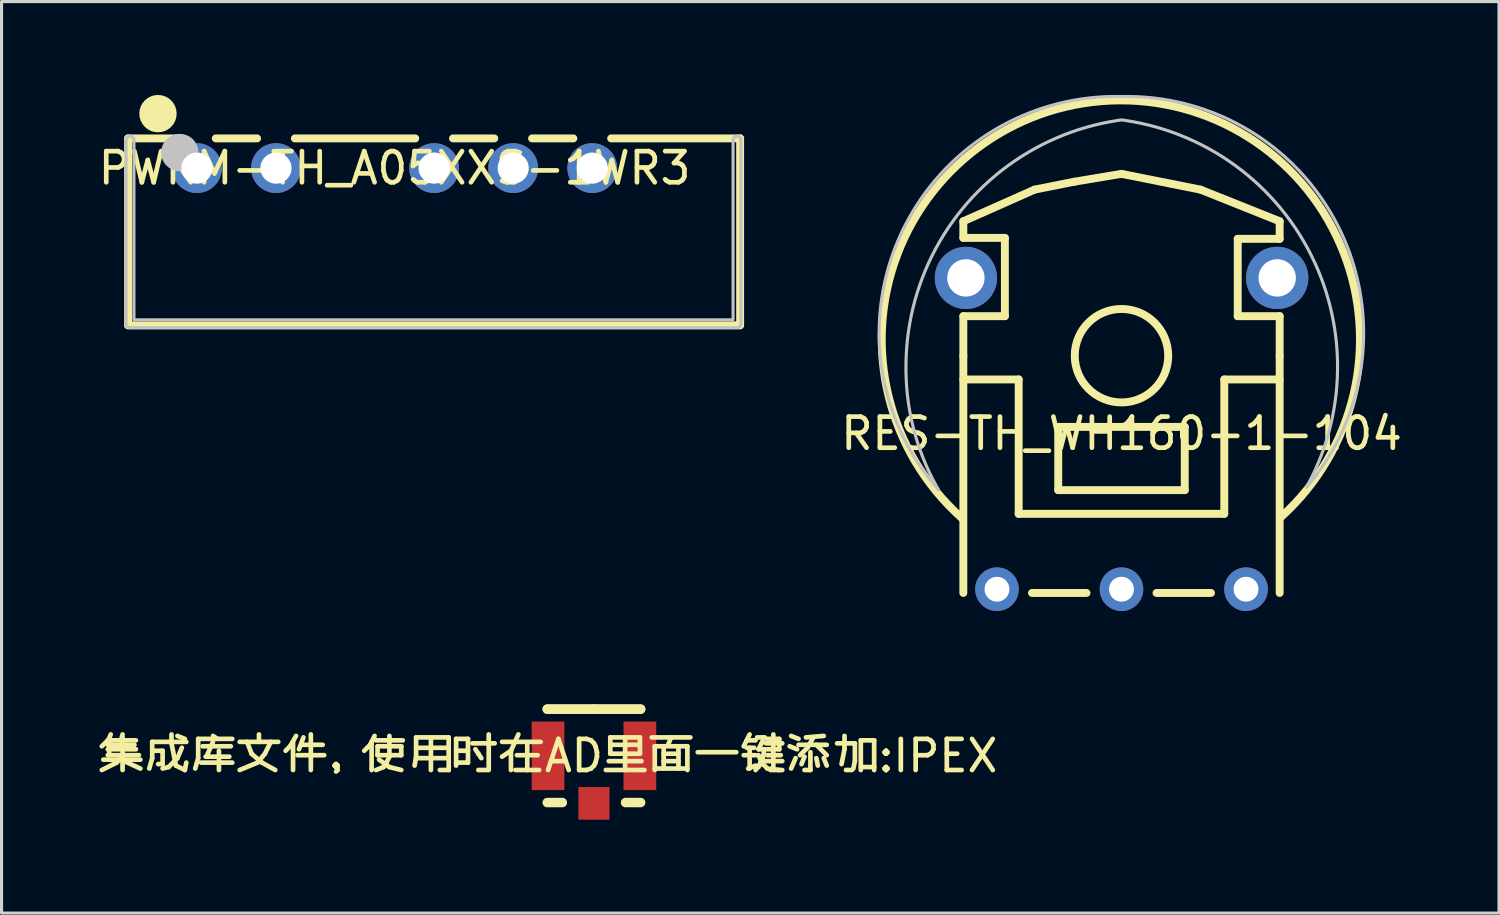
<source format=kicad_pcb>
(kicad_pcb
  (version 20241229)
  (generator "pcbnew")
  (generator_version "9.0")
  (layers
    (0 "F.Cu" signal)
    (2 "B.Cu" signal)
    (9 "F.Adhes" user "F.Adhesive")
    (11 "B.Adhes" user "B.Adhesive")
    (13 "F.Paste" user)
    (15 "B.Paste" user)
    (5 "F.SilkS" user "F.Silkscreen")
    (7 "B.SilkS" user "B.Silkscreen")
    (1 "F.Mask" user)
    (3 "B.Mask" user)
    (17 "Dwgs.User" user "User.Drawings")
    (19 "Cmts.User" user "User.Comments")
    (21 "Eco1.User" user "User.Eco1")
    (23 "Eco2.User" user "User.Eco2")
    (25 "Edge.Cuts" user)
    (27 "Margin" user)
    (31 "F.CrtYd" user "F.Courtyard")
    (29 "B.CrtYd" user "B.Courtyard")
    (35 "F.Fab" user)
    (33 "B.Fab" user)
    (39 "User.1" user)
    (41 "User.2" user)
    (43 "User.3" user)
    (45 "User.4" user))
  (footprint "RES-TH_WH160-1-104"
    (layer "F.Cu")
    (at 32.977 10.877)
    (property "Reference" "RES-TH_WH160-1-104" (at 0 0 0) (layer "F.SilkS") (effects (font (size 1 1) (thickness 0.15))))
    (fp_line (start -5.082 -6.819) (end -2.796 -7.835) (stroke (width 0.254) (type default)) (layer "F.SilkS"))
    (fp_line (start -5.082 -6.285) (end -5.082 -6.819) (stroke (width 0.254) (type default)) (layer "F.SilkS"))
    (fp_line (start -5.082 -3.771) (end -3.748 -3.771) (stroke (width 0.254) (type default)) (layer "F.SilkS"))
    (fp_line (start -5.082 -2.501) (end -5.082 -3.771) (stroke (width 0.254) (type default)) (layer "F.SilkS"))
    (fp_line (start -5.082 -1.738) (end -3.304 -1.738) (stroke (width 0.254) (type default)) (layer "F.SilkS"))
    (fp_line (start -5.082 5.12) (end -5.082 -2.501) (stroke (width 0.254) (type default)) (layer "F.SilkS"))
    (fp_line (start -3.748 -6.285) (end -5.082 -6.285) (stroke (width 0.254) (type default)) (layer "F.SilkS"))
    (fp_line (start -3.748 -3.771) (end -3.748 -6.285) (stroke (width 0.254) (type default)) (layer "F.SilkS"))
    (fp_line (start -3.304 -1.738) (end -3.304 2.579) (stroke (width 0.254) (type default)) (layer "F.SilkS"))
    (fp_line (start -3.304 2.579) (end 3.3 2.579) (stroke (width 0.254) (type default)) (layer "F.SilkS"))
    (fp_line (start -2.877 5.12) (end -1.126 5.12) (stroke (width 0.254) (type default)) (layer "F.SilkS"))
    (fp_line (start -2.796 -7.835) (end -1.526 -8.088) (stroke (width 0.254) (type default)) (layer "F.SilkS"))
    (fp_line (start -2.034 -0.214) (end -2.034 1.817) (stroke (width 0.254) (type default)) (layer "F.SilkS"))
    (fp_line (start -2.034 1.817) (end 2.03 1.817) (stroke (width 0.254) (type default)) (layer "F.SilkS"))
    (fp_line (start -1.526 -8.088) (end -0.002 -8.342) (stroke (width 0.254) (type default)) (layer "F.SilkS"))
    (fp_line (start -0.002 -8.342) (end 2.538 -7.835) (stroke (width 0.254) (type default)) (layer "F.SilkS"))
    (fp_line (start 1.123 5.12) (end 2.874 5.12) (stroke (width 0.254) (type default)) (layer "F.SilkS"))
    (fp_line (start 2.03 -0.214) (end -2.034 -0.214) (stroke (width 0.254) (type default)) (layer "F.SilkS"))
    (fp_line (start 2.03 1.817) (end 2.03 -0.214) (stroke (width 0.254) (type default)) (layer "F.SilkS"))
    (fp_line (start 2.538 -7.835) (end 5.079 -6.819) (stroke (width 0.254) (type default)) (layer "F.SilkS"))
    (fp_line (start 3.3 -1.738) (end 5.079 -1.738) (stroke (width 0.254) (type default)) (layer "F.SilkS"))
    (fp_line (start 3.3 2.579) (end 3.3 -1.738) (stroke (width 0.254) (type default)) (layer "F.SilkS"))
    (fp_line (start 3.732 -6.255) (end 3.732 -3.771) (stroke (width 0.254) (type default)) (layer "F.SilkS"))
    (fp_line (start 3.732 -3.771) (end 5.079 -3.771) (stroke (width 0.254) (type default)) (layer "F.SilkS"))
    (fp_line (start 5.079 -6.819) (end 5.079 -6.255) (stroke (width 0.254) (type default)) (layer "F.SilkS"))
    (fp_line (start 5.079 -6.255) (end 3.732 -6.255) (stroke (width 0.254) (type default)) (layer "F.SilkS"))
    (fp_line (start 5.079 -3.771) (end 5.079 -2.501) (stroke (width 0.254) (type default)) (layer "F.SilkS"))
    (fp_line (start 5.079 -2.501) (end 5.079 5.12) (stroke (width 0.254) (type default)) (layer "F.SilkS"))
    (fp_arc (start -5.1275 2.7165) (mid -0.061116 -10.701946) (end 5.1415 2.664) (stroke (width 0.254) (type default)) (layer "F.SilkS"))
    (fp_circle (center -0.002 -2.501) (end 1.499 -2.501) (stroke (width 0.254) (type default)) (fill no) (layer "F.SilkS"))
    (fp_poly (pts (arc (start -6.9255 -2.0945) (mid -6.659256 -0.073974) (end -5.8785 1.8085)) (arc (start -5.8785 1.8085) (mid -7.293275 -0.534626) (end -7.7865 -3.227)) (arc (start -7.7865 -3.227) (mid -5.560512 -8.601012) (end -0.1865 -10.8275)) (xy 0 -10.825) (arc (start 0.176 -10.827) (mid 5.550012 -8.601012) (end 7.776 -3.227)) (arc (start 7.776 -3.227) (mid 7.301543 -0.583775) (end 5.9375 1.7295)) (arc (start 5.9375 1.7295) (mid 6.684284 -0.144386) (end 6.9385 -2.1455)) (arc (start 6.9385 -2.1455) (mid 4.958955 -7.413718) (end 0 -10.075)) (arc (start 0 -10.075) (mid -4.949987 -7.410618) (end -6.925 -2.1475))) (stroke (width 0.1) (type default)) (fill no) (layer "Dwgs.User"))
    (fp_poly (pts (xy -3.752 5) (xy -3.771 4.904) (xy -3.825 4.823) (xy -3.906 4.769) (xy -4.002 4.75) (xy -4.098 4.769) (xy -4.179 4.823) (xy -4.233 4.904) (xy -4.252 5) (xy -4.233 5.096) (xy -4.179 5.177) (xy -4.098 5.231) (xy -4.002 5.25) (xy -3.906 5.231) (xy -3.825 5.177) (xy -3.771 5.096)) (stroke (width 0.1) (type default)) (fill no) (layer "User.1"))
    (fp_poly (pts (xy 0.248 5) (xy 0.229 4.904) (xy 0.175 4.823) (xy 0.094 4.769) (xy -0.002 4.75) (xy -0.097 4.769) (xy -0.178 4.823) (xy -0.232 4.904) (xy -0.252 5) (xy -0.232 5.096) (xy -0.178 5.177) (xy -0.097 5.231) (xy -0.002 5.25) (xy 0.094 5.231) (xy 0.175 5.177) (xy 0.229 5.096)) (stroke (width 0.1) (type default)) (fill no) (layer "User.1"))
    (fp_poly (pts (xy 4.249 5) (xy 4.23 4.904) (xy 4.176 4.823) (xy 4.095 4.769) (xy 3.999 4.75) (xy 3.903 4.769) (xy 3.822 4.823) (xy 3.768 4.904) (xy 3.749 5) (xy 3.768 5.096) (xy 3.822 5.177) (xy 3.903 5.231) (xy 3.999 5.25) (xy 4.095 5.231) (xy 4.176 5.177) (xy 4.23 5.096)) (stroke (width 0.1) (type default)) (fill no) (layer "User.1"))
    (fp_poly (pts (xy -4.5 -5) (xy -4.52 -5.141) (xy -4.579 -5.27) (xy -4.673 -5.378) (xy -4.792 -5.455) (xy -4.929 -5.495) (xy -5.071 -5.495) (xy -5.208 -5.455) (xy -5.327 -5.378) (xy -5.421 -5.27) (xy -5.48 -5.141) (xy -5.5 -5) (xy -5.48 -4.859) (xy -5.421 -4.73) (xy -5.327 -4.622) (xy -5.208 -4.545) (xy -5.071 -4.505) (xy -4.929 -4.505) (xy -4.792 -4.545) (xy -4.673 -4.622) (xy -4.579 -4.73) (xy -4.52 -4.859)) (stroke (width 0.1) (type default)) (fill no) (layer "User.1"))
    (fp_poly (pts (xy 5.5 -5) (xy 5.48 -5.141) (xy 5.421 -5.27) (xy 5.327 -5.378) (xy 5.208 -5.455) (xy 5.071 -5.495) (xy 4.929 -5.495) (xy 4.792 -5.455) (xy 4.673 -5.378) (xy 4.579 -5.27) (xy 4.52 -5.141) (xy 4.5 -5) (xy 4.52 -4.859) (xy 4.579 -4.73) (xy 4.673 -4.622) (xy 4.792 -4.545) (xy 4.929 -4.505) (xy 5.071 -4.505) (xy 5.208 -4.545) (xy 5.327 -4.622) (xy 5.421 -4.73) (xy 5.48 -4.859)) (stroke (width 0.1) (type default)) (fill no) (layer "User.1"))
    (fp_line (start -5 5) (end -5 3.14) (stroke (width 0.051) (type default)) (layer "User.2"))
    (fp_line (start -0.005 -10.665) (end 0.005 -10.665) (stroke (width 0.051) (type default)) (layer "User.2"))
    (fp_line (start 5 3.14) (end 5 5) (stroke (width 0.051) (type default)) (layer "User.2"))
    (fp_line (start 5 5) (end -5 5) (stroke (width 0.051) (type default)) (layer "User.2"))
    (fp_arc (start -7.7495 -2.669) (mid -5.495976 -8.234789) (end -0.005 -10.665) (stroke (width 0.051) (type default)) (layer "User.2"))
    (fp_arc (start -5 3.14) (mid -6.983565 0.523698) (end -7.7495 -2.669) (stroke (width 0.051) (type default)) (layer "User.2"))
    (fp_arc (start 0.005 -10.665) (mid 5.496034 -8.234846) (end 7.7495 -2.669) (stroke (width 0.051) (type default)) (layer "User.2"))
    (fp_arc (start 7.7495 -2.669) (mid 6.983644 0.523674) (end 5 3.14) (stroke (width 0.051) (type default)) (layer "User.2"))
    (fp_poly (pts (xy -7.689 5.25) (xy -7.707 5.208) (xy -7.75 5.19) (xy -7.792 5.208) (xy -7.809 5.25) (xy -7.792 5.292) (xy -7.75 5.31) (xy -7.707 5.292)) (stroke (width 0.1) (type default)) (fill no) (layer "User.3"))
    (pad "1" thru_hole circle (at -4.002 5) (size 1.4 1.4) (drill 0.8) (layers "*.Cu" "*.Mask"))
    (pad "2" thru_hole circle (at -0.002 5) (size 1.4 1.4) (drill 0.8) (layers "*.Cu" "*.Mask"))
    (pad "3" thru_hole circle (at 3.999 5) (size 1.4 1.4) (drill 0.8) (layers "*.Cu" "*.Mask"))
    (pad "4" thru_hole circle (at -5 -5) (size 2 2) (drill 1.2) (layers "*.Cu" "*.Mask"))
    (pad "5" thru_hole circle (at 5 -5) (size 2 2) (drill 1.2) (layers "*.Cu" "*.Mask")))
  (footprint "集成库文件，使用时在AD里面一键添加{colon}IPEX"
    (layer "F.Cu")
    (at 14.554 21.23)
    (property "Reference" "集成库文件，使用时在AD里面一键添加{colon}IPEX" (at 0 0 0) (layer "F.SilkS") (effects (font (size 1 1) (thickness 0.15))))
    (fp_line (start -0.025 -1.5) (end 1.475 -1.5) (stroke (width 0.305) (type default)) (layer "F.SilkS"))
    (fp_line (start -0.025 -1.5) (end 2.975 -1.5) (stroke (width 0.305) (type default)) (layer "F.SilkS"))
    (fp_line (start -0.025 1.5) (end 0.459 1.5) (stroke (width 0.305) (type default)) (layer "F.SilkS"))
    (fp_line (start 1.475 -1.5) (end 2.975 -1.5) (stroke (width 0.305) (type default)) (layer "F.SilkS"))
    (fp_line (start 2.491 1.5) (end 2.975 1.5) (stroke (width 0.305) (type default)) (layer "F.SilkS"))
    (pad "1" smd rect (at 0 0 90) (size 2.2 1.05) (layers "F.Cu" "F.Mask" "F.Paste"))
    (pad "2" smd rect (at 1.475 1.525) (size 1 1.05) (layers "F.Cu" "F.Mask" "F.Paste"))
    (pad "3" smd rect (at 2.95 0 90) (size 2.2 1.05) (layers "F.Cu" "F.Mask" "F.Paste")))
  (footprint "PWRM-TH_A05XXS-1WR3"
    (layer "F.Cu")
    (at 9.625 2.35)
    (property "Reference" "PWRM-TH_A05XXS-1WR3" (at 0 0 0) (layer "F.SilkS") (effects (font (size 1 1) (thickness 0.15))))
    (fp_line (start -8.56 -0.954) (end -8.56 5.05) (stroke (width 0.254) (type default)) (layer "F.SilkS"))
    (fp_line (start -8.56 -0.954) (end -6.957 -0.954) (stroke (width 0.254) (type default)) (layer "F.SilkS"))
    (fp_line (start -5.743 -0.954) (end -4.417 -0.954) (stroke (width 0.254) (type default)) (layer "F.SilkS"))
    (fp_line (start -3.203 -0.954) (end 0.663 -0.954) (stroke (width 0.254) (type default)) (layer "F.SilkS"))
    (fp_line (start 1.877 -0.954) (end 3.203 -0.954) (stroke (width 0.254) (type default)) (layer "F.SilkS"))
    (fp_line (start 4.417 -0.954) (end 5.743 -0.954) (stroke (width 0.254) (type default)) (layer "F.SilkS"))
    (fp_line (start 6.957 -0.954) (end 11.1 -0.954) (stroke (width 0.254) (type default)) (layer "F.SilkS"))
    (fp_line (start 11.09 5.05) (end -8.56 5.05) (stroke (width 0.254) (type default)) (layer "F.SilkS"))
    (fp_line (start 11.1 5.05) (end 11.1 -0.955) (stroke (width 0.254) (type default)) (layer "F.SilkS"))
    (fp_circle (center -7.6 -1.75) (end -7.3 -1.75) (stroke (width 0.6) (type default)) (fill no) (layer "F.SilkS"))
    (fp_circle (center -6.9 -0.5) (end -6.6 -0.5) (stroke (width 0.6) (type default)) (fill no) (layer "Dwgs.User"))
    (fp_poly (pts (arc (start -8.627 -0.9) (mid -8.5 -1.027) (end -8.373 -0.9)) (xy -8.373 4.873) (xy 10.873 4.873) (arc (start 10.873 -0.9) (mid 11 -1.027) (end 11.127 -0.9)) (arc (start 11.127 5) (mid 11.089803 5.089803) (end 11 5.127)) (arc (start -8.5 5.127) (mid -8.589803 5.089803) (end -8.627 5))) (stroke (width 0.1) (type default)) (fill no) (layer "Dwgs.User"))
    (fp_poly (pts (xy -6.6 -0.15) (xy -6.1 -0.15) (xy -6.1 0.15) (xy -6.6 0.15)) (stroke (width 0.1) (type default)) (fill no) (layer "User.1"))
    (fp_poly (pts (xy -4.06 -0.15) (xy -3.56 -0.15) (xy -3.56 0.15) (xy -4.06 0.15)) (stroke (width 0.1) (type default)) (fill no) (layer "User.1"))
    (fp_poly (pts (xy 1.02 -0.15) (xy 1.52 -0.15) (xy 1.52 0.15) (xy 1.02 0.15)) (stroke (width 0.1) (type default)) (fill no) (layer "User.1"))
    (fp_poly (pts (xy 3.56 -0.15) (xy 4.06 -0.15) (xy 4.06 0.15) (xy 3.56 0.15)) (stroke (width 0.1) (type default)) (fill no) (layer "User.1"))
    (fp_poly (pts (xy 6.1 -0.15) (xy 6.6 -0.15) (xy 6.6 0.15) (xy 6.1 0.15)) (stroke (width 0.1) (type default)) (fill no) (layer "User.1"))
    (fp_line (start -8.56 -0.976) (end 11.091 -0.976) (stroke (width 0.051) (type default)) (layer "User.2"))
    (fp_line (start -8.56 5.024) (end -8.56 -0.976) (stroke (width 0.051) (type default)) (layer "User.2"))
    (fp_line (start 11.091 -0.976) (end 11.091 5.024) (stroke (width 0.051) (type default)) (layer "User.2"))
    (fp_line (start 11.091 5.024) (end -8.56 5.024) (stroke (width 0.051) (type default)) (layer "User.2"))
    (fp_poly (pts (xy -8.5 5.024) (xy -8.518 4.982) (xy -8.56 4.965) (xy -8.602 4.982) (xy -8.62 5.024) (xy -8.602 5.067) (xy -8.56 5.085) (xy -8.518 5.067)) (stroke (width 0.1) (type default)) (fill no) (layer "User.3"))
    (pad "1" thru_hole circle (at -6.35 0) (size 1.6 1.6) (drill 1) (layers "*.Cu" "*.Mask"))
    (pad "2" thru_hole circle (at -3.81 0) (size 1.6 1.6) (drill 1) (layers "*.Cu" "*.Mask"))
    (pad "4" thru_hole circle (at 1.27 0) (size 1.6 1.6) (drill 1) (layers "*.Cu" "*.Mask"))
    (pad "5" thru_hole circle (at 3.81 0) (size 1.6 1.6) (drill 1) (layers "*.Cu" "*.Mask"))
    (pad "6" thru_hole circle (at 6.35 0) (size 1.6 1.6) (drill 1) (layers "*.Cu" "*.Mask")))
  (gr_rect
    (start -3 -3)
    (end 45.102 26.28)
    (stroke (width 0.1) (type default))
    (fill no)
    (layer "Edge.Cuts")))
</source>
